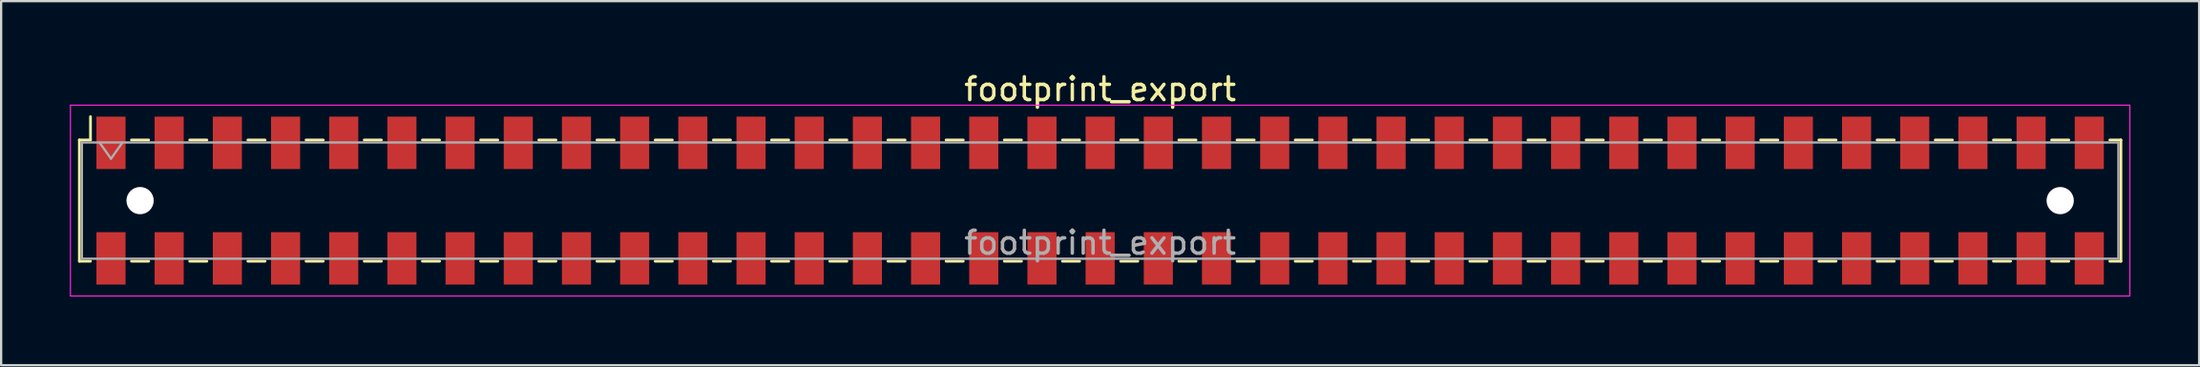
<source format=kicad_pcb>
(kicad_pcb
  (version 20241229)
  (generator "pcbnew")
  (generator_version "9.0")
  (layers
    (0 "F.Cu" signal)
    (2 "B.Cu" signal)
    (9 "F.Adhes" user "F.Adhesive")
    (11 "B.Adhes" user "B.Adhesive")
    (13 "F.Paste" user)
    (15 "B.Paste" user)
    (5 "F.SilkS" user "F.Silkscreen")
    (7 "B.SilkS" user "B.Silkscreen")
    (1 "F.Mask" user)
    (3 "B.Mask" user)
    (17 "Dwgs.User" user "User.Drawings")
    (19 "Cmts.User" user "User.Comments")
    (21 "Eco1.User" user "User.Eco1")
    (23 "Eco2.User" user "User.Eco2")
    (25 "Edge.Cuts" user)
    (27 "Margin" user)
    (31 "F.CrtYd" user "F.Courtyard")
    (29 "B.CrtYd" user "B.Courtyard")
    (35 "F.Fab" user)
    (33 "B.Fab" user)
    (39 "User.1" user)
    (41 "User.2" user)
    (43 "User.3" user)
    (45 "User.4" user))
  (footprint "footprint_export"
    (layer "F.Cu")
    (at 44.975 5.718)
    (property "Reference" "footprint_export" (at 0 -4.87 0) (layer "F.SilkS") (effects (font (size 1 1) (thickness 0.15))))
    (attr smd)
    (fp_line (start -44.56 -2.65) (end -44.56 2.65) (stroke (width 0.12) (type solid)) (layer "F.SilkS"))
    (fp_line (start -44.56 2.65) (end -44.075 2.65) (stroke (width 0.12) (type solid)) (layer "F.SilkS"))
    (fp_line (start -44.075 -3.67) (end -44.075 -2.65) (stroke (width 0.12) (type solid)) (layer "F.SilkS"))
    (fp_line (start -44.075 -2.65) (end -44.56 -2.65) (stroke (width 0.12) (type solid)) (layer "F.SilkS"))
    (fp_line (start -42.285 -2.65) (end -41.535 -2.65) (stroke (width 0.12) (type solid)) (layer "F.SilkS"))
    (fp_line (start -42.285 2.65) (end -41.535 2.65) (stroke (width 0.12) (type solid)) (layer "F.SilkS"))
    (fp_line (start -39.745 -2.65) (end -38.995 -2.65) (stroke (width 0.12) (type solid)) (layer "F.SilkS"))
    (fp_line (start -39.745 2.65) (end -38.995 2.65) (stroke (width 0.12) (type solid)) (layer "F.SilkS"))
    (fp_line (start -37.205 -2.65) (end -36.455 -2.65) (stroke (width 0.12) (type solid)) (layer "F.SilkS"))
    (fp_line (start -37.205 2.65) (end -36.455 2.65) (stroke (width 0.12) (type solid)) (layer "F.SilkS"))
    (fp_line (start -34.665 -2.65) (end -33.915 -2.65) (stroke (width 0.12) (type solid)) (layer "F.SilkS"))
    (fp_line (start -34.665 2.65) (end -33.915 2.65) (stroke (width 0.12) (type solid)) (layer "F.SilkS"))
    (fp_line (start -32.125 -2.65) (end -31.375 -2.65) (stroke (width 0.12) (type solid)) (layer "F.SilkS"))
    (fp_line (start -32.125 2.65) (end -31.375 2.65) (stroke (width 0.12) (type solid)) (layer "F.SilkS"))
    (fp_line (start -29.585 -2.65) (end -28.835 -2.65) (stroke (width 0.12) (type solid)) (layer "F.SilkS"))
    (fp_line (start -29.585 2.65) (end -28.835 2.65) (stroke (width 0.12) (type solid)) (layer "F.SilkS"))
    (fp_line (start -27.045 -2.65) (end -26.295 -2.65) (stroke (width 0.12) (type solid)) (layer "F.SilkS"))
    (fp_line (start -27.045 2.65) (end -26.295 2.65) (stroke (width 0.12) (type solid)) (layer "F.SilkS"))
    (fp_line (start -24.505 -2.65) (end -23.755 -2.65) (stroke (width 0.12) (type solid)) (layer "F.SilkS"))
    (fp_line (start -24.505 2.65) (end -23.755 2.65) (stroke (width 0.12) (type solid)) (layer "F.SilkS"))
    (fp_line (start -21.965 -2.65) (end -21.215 -2.65) (stroke (width 0.12) (type solid)) (layer "F.SilkS"))
    (fp_line (start -21.965 2.65) (end -21.215 2.65) (stroke (width 0.12) (type solid)) (layer "F.SilkS"))
    (fp_line (start -19.425 -2.65) (end -18.675 -2.65) (stroke (width 0.12) (type solid)) (layer "F.SilkS"))
    (fp_line (start -19.425 2.65) (end -18.675 2.65) (stroke (width 0.12) (type solid)) (layer "F.SilkS"))
    (fp_line (start -16.885 -2.65) (end -16.135 -2.65) (stroke (width 0.12) (type solid)) (layer "F.SilkS"))
    (fp_line (start -16.885 2.65) (end -16.135 2.65) (stroke (width 0.12) (type solid)) (layer "F.SilkS"))
    (fp_line (start -14.345 -2.65) (end -13.595 -2.65) (stroke (width 0.12) (type solid)) (layer "F.SilkS"))
    (fp_line (start -14.345 2.65) (end -13.595 2.65) (stroke (width 0.12) (type solid)) (layer "F.SilkS"))
    (fp_line (start -11.805 -2.65) (end -11.055 -2.65) (stroke (width 0.12) (type solid)) (layer "F.SilkS"))
    (fp_line (start -11.805 2.65) (end -11.055 2.65) (stroke (width 0.12) (type solid)) (layer "F.SilkS"))
    (fp_line (start -9.265 -2.65) (end -8.515 -2.65) (stroke (width 0.12) (type solid)) (layer "F.SilkS"))
    (fp_line (start -9.265 2.65) (end -8.515 2.65) (stroke (width 0.12) (type solid)) (layer "F.SilkS"))
    (fp_line (start -6.725 -2.65) (end -5.975 -2.65) (stroke (width 0.12) (type solid)) (layer "F.SilkS"))
    (fp_line (start -6.725 2.65) (end -5.975 2.65) (stroke (width 0.12) (type solid)) (layer "F.SilkS"))
    (fp_line (start -4.185 -2.65) (end -3.435 -2.65) (stroke (width 0.12) (type solid)) (layer "F.SilkS"))
    (fp_line (start -4.185 2.65) (end -3.435 2.65) (stroke (width 0.12) (type solid)) (layer "F.SilkS"))
    (fp_line (start -1.645 -2.65) (end -0.895 -2.65) (stroke (width 0.12) (type solid)) (layer "F.SilkS"))
    (fp_line (start -1.645 2.65) (end -0.895 2.65) (stroke (width 0.12) (type solid)) (layer "F.SilkS"))
    (fp_line (start 0.895 -2.65) (end 1.645 -2.65) (stroke (width 0.12) (type solid)) (layer "F.SilkS"))
    (fp_line (start 0.895 2.65) (end 1.645 2.65) (stroke (width 0.12) (type solid)) (layer "F.SilkS"))
    (fp_line (start 3.435 -2.65) (end 4.185 -2.65) (stroke (width 0.12) (type solid)) (layer "F.SilkS"))
    (fp_line (start 3.435 2.65) (end 4.185 2.65) (stroke (width 0.12) (type solid)) (layer "F.SilkS"))
    (fp_line (start 5.975 -2.65) (end 6.725 -2.65) (stroke (width 0.12) (type solid)) (layer "F.SilkS"))
    (fp_line (start 5.975 2.65) (end 6.725 2.65) (stroke (width 0.12) (type solid)) (layer "F.SilkS"))
    (fp_line (start 8.515 -2.65) (end 9.265 -2.65) (stroke (width 0.12) (type solid)) (layer "F.SilkS"))
    (fp_line (start 8.515 2.65) (end 9.265 2.65) (stroke (width 0.12) (type solid)) (layer "F.SilkS"))
    (fp_line (start 11.055 -2.65) (end 11.805 -2.65) (stroke (width 0.12) (type solid)) (layer "F.SilkS"))
    (fp_line (start 11.055 2.65) (end 11.805 2.65) (stroke (width 0.12) (type solid)) (layer "F.SilkS"))
    (fp_line (start 13.595 -2.65) (end 14.345 -2.65) (stroke (width 0.12) (type solid)) (layer "F.SilkS"))
    (fp_line (start 13.595 2.65) (end 14.345 2.65) (stroke (width 0.12) (type solid)) (layer "F.SilkS"))
    (fp_line (start 16.135 -2.65) (end 16.885 -2.65) (stroke (width 0.12) (type solid)) (layer "F.SilkS"))
    (fp_line (start 16.135 2.65) (end 16.885 2.65) (stroke (width 0.12) (type solid)) (layer "F.SilkS"))
    (fp_line (start 18.675 -2.65) (end 19.425 -2.65) (stroke (width 0.12) (type solid)) (layer "F.SilkS"))
    (fp_line (start 18.675 2.65) (end 19.425 2.65) (stroke (width 0.12) (type solid)) (layer "F.SilkS"))
    (fp_line (start 21.215 -2.65) (end 21.965 -2.65) (stroke (width 0.12) (type solid)) (layer "F.SilkS"))
    (fp_line (start 21.215 2.65) (end 21.965 2.65) (stroke (width 0.12) (type solid)) (layer "F.SilkS"))
    (fp_line (start 23.755 -2.65) (end 24.505 -2.65) (stroke (width 0.12) (type solid)) (layer "F.SilkS"))
    (fp_line (start 23.755 2.65) (end 24.505 2.65) (stroke (width 0.12) (type solid)) (layer "F.SilkS"))
    (fp_line (start 26.295 -2.65) (end 27.045 -2.65) (stroke (width 0.12) (type solid)) (layer "F.SilkS"))
    (fp_line (start 26.295 2.65) (end 27.045 2.65) (stroke (width 0.12) (type solid)) (layer "F.SilkS"))
    (fp_line (start 28.835 -2.65) (end 29.585 -2.65) (stroke (width 0.12) (type solid)) (layer "F.SilkS"))
    (fp_line (start 28.835 2.65) (end 29.585 2.65) (stroke (width 0.12) (type solid)) (layer "F.SilkS"))
    (fp_line (start 31.375 -2.65) (end 32.125 -2.65) (stroke (width 0.12) (type solid)) (layer "F.SilkS"))
    (fp_line (start 31.375 2.65) (end 32.125 2.65) (stroke (width 0.12) (type solid)) (layer "F.SilkS"))
    (fp_line (start 33.915 -2.65) (end 34.665 -2.65) (stroke (width 0.12) (type solid)) (layer "F.SilkS"))
    (fp_line (start 33.915 2.65) (end 34.665 2.65) (stroke (width 0.12) (type solid)) (layer "F.SilkS"))
    (fp_line (start 36.455 -2.65) (end 37.205 -2.65) (stroke (width 0.12) (type solid)) (layer "F.SilkS"))
    (fp_line (start 36.455 2.65) (end 37.205 2.65) (stroke (width 0.12) (type solid)) (layer "F.SilkS"))
    (fp_line (start 38.995 -2.65) (end 39.745 -2.65) (stroke (width 0.12) (type solid)) (layer "F.SilkS"))
    (fp_line (start 38.995 2.65) (end 39.745 2.65) (stroke (width 0.12) (type solid)) (layer "F.SilkS"))
    (fp_line (start 41.535 -2.65) (end 42.285 -2.65) (stroke (width 0.12) (type solid)) (layer "F.SilkS"))
    (fp_line (start 41.535 2.65) (end 42.285 2.65) (stroke (width 0.12) (type solid)) (layer "F.SilkS"))
    (fp_line (start 44.075 -2.65) (end 44.56 -2.65) (stroke (width 0.12) (type solid)) (layer "F.SilkS"))
    (fp_line (start 44.56 -2.65) (end 44.56 2.65) (stroke (width 0.12) (type solid)) (layer "F.SilkS"))
    (fp_line (start 44.56 2.65) (end 44.075 2.65) (stroke (width 0.12) (type solid)) (layer "F.SilkS"))
    (fp_line (start -44.95 -4.17) (end 44.95 -4.17) (stroke (width 0.05) (type solid)) (layer "F.CrtYd"))
    (fp_line (start -44.95 4.17) (end -44.95 -4.17) (stroke (width 0.05) (type solid)) (layer "F.CrtYd"))
    (fp_line (start 44.95 -4.17) (end 44.95 4.17) (stroke (width 0.05) (type solid)) (layer "F.CrtYd"))
    (fp_line (start 44.95 4.17) (end -44.95 4.17) (stroke (width 0.05) (type solid)) (layer "F.CrtYd"))
    (fp_line (start -44.45 -2.54) (end 44.45 -2.54) (stroke (width 0.1) (type solid)) (layer "F.Fab"))
    (fp_line (start -44.45 2.54) (end -44.45 -2.54) (stroke (width 0.1) (type solid)) (layer "F.Fab"))
    (fp_line (start -43.68 -2.54) (end -43.18 -1.833) (stroke (width 0.1) (type solid)) (layer "F.Fab"))
    (fp_line (start -43.18 -1.833) (end -42.68 -2.54) (stroke (width 0.1) (type solid)) (layer "F.Fab"))
    (fp_line (start 44.45 -2.54) (end 44.45 2.54) (stroke (width 0.1) (type solid)) (layer "F.Fab"))
    (fp_line (start 44.45 2.54) (end -44.45 2.54) (stroke (width 0.1) (type solid)) (layer "F.Fab"))
    (fp_text user "${REFERENCE}" (at 0 1.84 0) (layer "F.Fab") (effects (font (size 1 1) (thickness 0.15))))
    (pad "" np_thru_hole circle (at -41.91 0) (size 1.19 1.19) (drill 1.19) (layers "*.Cu" "*.Mask"))
    (pad "" np_thru_hole circle (at 41.91 0) (size 1.19 1.19) (drill 1.19) (layers "*.Cu" "*.Mask"))
    (pad "1" smd rect (at -43.18 -2.525) (size 1.27 2.29) (layers "F.Cu" "F.Mask" "F.Paste"))
    (pad "2" smd rect (at -43.18 2.525) (size 1.27 2.29) (layers "F.Cu" "F.Mask" "F.Paste"))
    (pad "3" smd rect (at -40.64 -2.525) (size 1.27 2.29) (layers "F.Cu" "F.Mask" "F.Paste"))
    (pad "4" smd rect (at -40.64 2.525) (size 1.27 2.29) (layers "F.Cu" "F.Mask" "F.Paste"))
    (pad "5" smd rect (at -38.1 -2.525) (size 1.27 2.29) (layers "F.Cu" "F.Mask" "F.Paste"))
    (pad "6" smd rect (at -38.1 2.525) (size 1.27 2.29) (layers "F.Cu" "F.Mask" "F.Paste"))
    (pad "7" smd rect (at -35.56 -2.525) (size 1.27 2.29) (layers "F.Cu" "F.Mask" "F.Paste"))
    (pad "8" smd rect (at -35.56 2.525) (size 1.27 2.29) (layers "F.Cu" "F.Mask" "F.Paste"))
    (pad "9" smd rect (at -33.02 -2.525) (size 1.27 2.29) (layers "F.Cu" "F.Mask" "F.Paste"))
    (pad "10" smd rect (at -33.02 2.525) (size 1.27 2.29) (layers "F.Cu" "F.Mask" "F.Paste"))
    (pad "11" smd rect (at -30.48 -2.525) (size 1.27 2.29) (layers "F.Cu" "F.Mask" "F.Paste"))
    (pad "12" smd rect (at -30.48 2.525) (size 1.27 2.29) (layers "F.Cu" "F.Mask" "F.Paste"))
    (pad "13" smd rect (at -27.94 -2.525) (size 1.27 2.29) (layers "F.Cu" "F.Mask" "F.Paste"))
    (pad "14" smd rect (at -27.94 2.525) (size 1.27 2.29) (layers "F.Cu" "F.Mask" "F.Paste"))
    (pad "15" smd rect (at -25.4 -2.525) (size 1.27 2.29) (layers "F.Cu" "F.Mask" "F.Paste"))
    (pad "16" smd rect (at -25.4 2.525) (size 1.27 2.29) (layers "F.Cu" "F.Mask" "F.Paste"))
    (pad "17" smd rect (at -22.86 -2.525) (size 1.27 2.29) (layers "F.Cu" "F.Mask" "F.Paste"))
    (pad "18" smd rect (at -22.86 2.525) (size 1.27 2.29) (layers "F.Cu" "F.Mask" "F.Paste"))
    (pad "19" smd rect (at -20.32 -2.525) (size 1.27 2.29) (layers "F.Cu" "F.Mask" "F.Paste"))
    (pad "20" smd rect (at -20.32 2.525) (size 1.27 2.29) (layers "F.Cu" "F.Mask" "F.Paste"))
    (pad "21" smd rect (at -17.78 -2.525) (size 1.27 2.29) (layers "F.Cu" "F.Mask" "F.Paste"))
    (pad "22" smd rect (at -17.78 2.525) (size 1.27 2.29) (layers "F.Cu" "F.Mask" "F.Paste"))
    (pad "23" smd rect (at -15.24 -2.525) (size 1.27 2.29) (layers "F.Cu" "F.Mask" "F.Paste"))
    (pad "24" smd rect (at -15.24 2.525) (size 1.27 2.29) (layers "F.Cu" "F.Mask" "F.Paste"))
    (pad "25" smd rect (at -12.7 -2.525) (size 1.27 2.29) (layers "F.Cu" "F.Mask" "F.Paste"))
    (pad "26" smd rect (at -12.7 2.525) (size 1.27 2.29) (layers "F.Cu" "F.Mask" "F.Paste"))
    (pad "27" smd rect (at -10.16 -2.525) (size 1.27 2.29) (layers "F.Cu" "F.Mask" "F.Paste"))
    (pad "28" smd rect (at -10.16 2.525) (size 1.27 2.29) (layers "F.Cu" "F.Mask" "F.Paste"))
    (pad "29" smd rect (at -7.62 -2.525) (size 1.27 2.29) (layers "F.Cu" "F.Mask" "F.Paste"))
    (pad "30" smd rect (at -7.62 2.525) (size 1.27 2.29) (layers "F.Cu" "F.Mask" "F.Paste"))
    (pad "31" smd rect (at -5.08 -2.525) (size 1.27 2.29) (layers "F.Cu" "F.Mask" "F.Paste"))
    (pad "32" smd rect (at -5.08 2.525) (size 1.27 2.29) (layers "F.Cu" "F.Mask" "F.Paste"))
    (pad "33" smd rect (at -2.54 -2.525) (size 1.27 2.29) (layers "F.Cu" "F.Mask" "F.Paste"))
    (pad "34" smd rect (at -2.54 2.525) (size 1.27 2.29) (layers "F.Cu" "F.Mask" "F.Paste"))
    (pad "35" smd rect (at 0 -2.525) (size 1.27 2.29) (layers "F.Cu" "F.Mask" "F.Paste"))
    (pad "36" smd rect (at 0 2.525) (size 1.27 2.29) (layers "F.Cu" "F.Mask" "F.Paste"))
    (pad "37" smd rect (at 2.54 -2.525) (size 1.27 2.29) (layers "F.Cu" "F.Mask" "F.Paste"))
    (pad "38" smd rect (at 2.54 2.525) (size 1.27 2.29) (layers "F.Cu" "F.Mask" "F.Paste"))
    (pad "39" smd rect (at 5.08 -2.525) (size 1.27 2.29) (layers "F.Cu" "F.Mask" "F.Paste"))
    (pad "40" smd rect (at 5.08 2.525) (size 1.27 2.29) (layers "F.Cu" "F.Mask" "F.Paste"))
    (pad "41" smd rect (at 7.62 -2.525) (size 1.27 2.29) (layers "F.Cu" "F.Mask" "F.Paste"))
    (pad "42" smd rect (at 7.62 2.525) (size 1.27 2.29) (layers "F.Cu" "F.Mask" "F.Paste"))
    (pad "43" smd rect (at 10.16 -2.525) (size 1.27 2.29) (layers "F.Cu" "F.Mask" "F.Paste"))
    (pad "44" smd rect (at 10.16 2.525) (size 1.27 2.29) (layers "F.Cu" "F.Mask" "F.Paste"))
    (pad "45" smd rect (at 12.7 -2.525) (size 1.27 2.29) (layers "F.Cu" "F.Mask" "F.Paste"))
    (pad "46" smd rect (at 12.7 2.525) (size 1.27 2.29) (layers "F.Cu" "F.Mask" "F.Paste"))
    (pad "47" smd rect (at 15.24 -2.525) (size 1.27 2.29) (layers "F.Cu" "F.Mask" "F.Paste"))
    (pad "48" smd rect (at 15.24 2.525) (size 1.27 2.29) (layers "F.Cu" "F.Mask" "F.Paste"))
    (pad "49" smd rect (at 17.78 -2.525) (size 1.27 2.29) (layers "F.Cu" "F.Mask" "F.Paste"))
    (pad "50" smd rect (at 17.78 2.525) (size 1.27 2.29) (layers "F.Cu" "F.Mask" "F.Paste"))
    (pad "51" smd rect (at 20.32 -2.525) (size 1.27 2.29) (layers "F.Cu" "F.Mask" "F.Paste"))
    (pad "52" smd rect (at 20.32 2.525) (size 1.27 2.29) (layers "F.Cu" "F.Mask" "F.Paste"))
    (pad "53" smd rect (at 22.86 -2.525) (size 1.27 2.29) (layers "F.Cu" "F.Mask" "F.Paste"))
    (pad "54" smd rect (at 22.86 2.525) (size 1.27 2.29) (layers "F.Cu" "F.Mask" "F.Paste"))
    (pad "55" smd rect (at 25.4 -2.525) (size 1.27 2.29) (layers "F.Cu" "F.Mask" "F.Paste"))
    (pad "56" smd rect (at 25.4 2.525) (size 1.27 2.29) (layers "F.Cu" "F.Mask" "F.Paste"))
    (pad "57" smd rect (at 27.94 -2.525) (size 1.27 2.29) (layers "F.Cu" "F.Mask" "F.Paste"))
    (pad "58" smd rect (at 27.94 2.525) (size 1.27 2.29) (layers "F.Cu" "F.Mask" "F.Paste"))
    (pad "59" smd rect (at 30.48 -2.525) (size 1.27 2.29) (layers "F.Cu" "F.Mask" "F.Paste"))
    (pad "60" smd rect (at 30.48 2.525) (size 1.27 2.29) (layers "F.Cu" "F.Mask" "F.Paste"))
    (pad "61" smd rect (at 33.02 -2.525) (size 1.27 2.29) (layers "F.Cu" "F.Mask" "F.Paste"))
    (pad "62" smd rect (at 33.02 2.525) (size 1.27 2.29) (layers "F.Cu" "F.Mask" "F.Paste"))
    (pad "63" smd rect (at 35.56 -2.525) (size 1.27 2.29) (layers "F.Cu" "F.Mask" "F.Paste"))
    (pad "64" smd rect (at 35.56 2.525) (size 1.27 2.29) (layers "F.Cu" "F.Mask" "F.Paste"))
    (pad "65" smd rect (at 38.1 -2.525) (size 1.27 2.29) (layers "F.Cu" "F.Mask" "F.Paste"))
    (pad "66" smd rect (at 38.1 2.525) (size 1.27 2.29) (layers "F.Cu" "F.Mask" "F.Paste"))
    (pad "67" smd rect (at 40.64 -2.525) (size 1.27 2.29) (layers "F.Cu" "F.Mask" "F.Paste"))
    (pad "68" smd rect (at 40.64 2.525) (size 1.27 2.29) (layers "F.Cu" "F.Mask" "F.Paste"))
    (pad "69" smd rect (at 43.18 -2.525) (size 1.27 2.29) (layers "F.Cu" "F.Mask" "F.Paste"))
    (pad "70" smd rect (at 43.18 2.525) (size 1.27 2.29) (layers "F.Cu" "F.Mask" "F.Paste")))
  (gr_rect
    (start -3 -3)
    (end 92.95 12.913)
    (stroke (width 0.1) (type default))
    (fill no)
    (layer "Edge.Cuts")))
</source>
